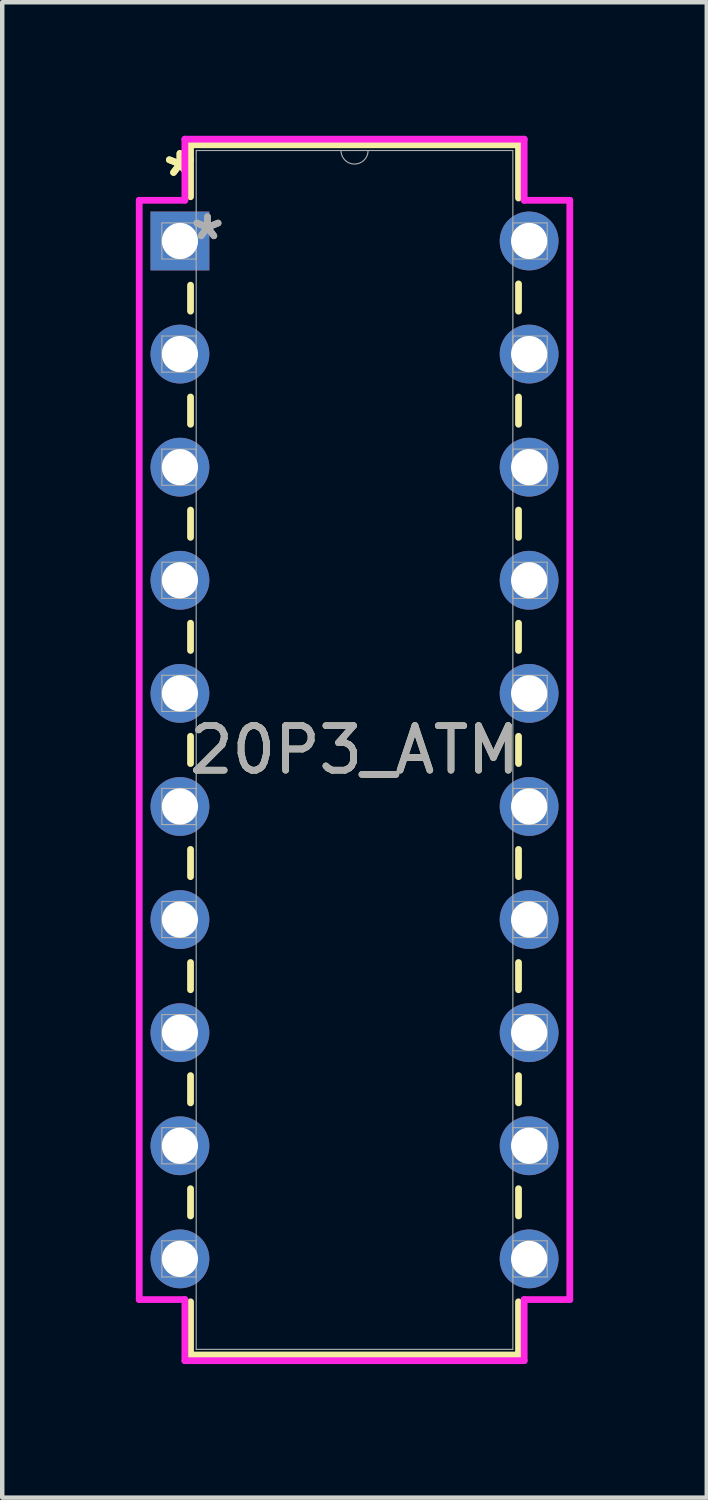
<source format=kicad_pcb>
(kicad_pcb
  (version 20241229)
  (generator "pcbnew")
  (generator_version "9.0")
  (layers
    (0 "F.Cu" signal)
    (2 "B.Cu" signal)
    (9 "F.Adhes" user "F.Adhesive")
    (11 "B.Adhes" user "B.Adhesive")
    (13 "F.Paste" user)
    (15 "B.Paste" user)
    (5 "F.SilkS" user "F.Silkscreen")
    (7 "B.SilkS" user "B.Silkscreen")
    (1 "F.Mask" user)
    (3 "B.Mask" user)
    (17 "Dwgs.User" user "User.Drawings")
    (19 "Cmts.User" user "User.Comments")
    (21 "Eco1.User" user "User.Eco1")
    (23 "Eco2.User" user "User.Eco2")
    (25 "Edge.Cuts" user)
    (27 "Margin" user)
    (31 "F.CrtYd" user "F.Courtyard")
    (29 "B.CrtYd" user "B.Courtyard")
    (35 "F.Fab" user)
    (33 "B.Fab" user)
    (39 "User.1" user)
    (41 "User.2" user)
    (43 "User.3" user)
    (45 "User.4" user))
  (footprint "20P3_ATM"
    (layer "F.Cu")
    (at 0.991 2.362)
    (property "Reference" "20P3_ATM" (at 3.921 11.43 0) (unlocked yes) (layer "F.SilkS") (effects (font (size 1 1) (thickness 0.15))))
    (attr through_hole)
    (fp_line (start 0.238 -2.159) (end 0.238 -0.993) (stroke (width 0.152) (type solid)) (layer "F.SilkS"))
    (fp_line (start 0.238 0.993) (end 0.238 1.576) (stroke (width 0.152) (type solid)) (layer "F.SilkS"))
    (fp_line (start 0.238 3.504) (end 0.238 4.116) (stroke (width 0.152) (type solid)) (layer "F.SilkS"))
    (fp_line (start 0.238 6.044) (end 0.238 6.656) (stroke (width 0.152) (type solid)) (layer "F.SilkS"))
    (fp_line (start 0.238 8.584) (end 0.238 9.196) (stroke (width 0.152) (type solid)) (layer "F.SilkS"))
    (fp_line (start 0.238 11.124) (end 0.238 11.736) (stroke (width 0.152) (type solid)) (layer "F.SilkS"))
    (fp_line (start 0.238 13.664) (end 0.238 14.276) (stroke (width 0.152) (type solid)) (layer "F.SilkS"))
    (fp_line (start 0.238 16.204) (end 0.238 16.816) (stroke (width 0.152) (type solid)) (layer "F.SilkS"))
    (fp_line (start 0.238 18.744) (end 0.238 19.356) (stroke (width 0.152) (type solid)) (layer "F.SilkS"))
    (fp_line (start 0.238 21.284) (end 0.238 21.896) (stroke (width 0.152) (type solid)) (layer "F.SilkS"))
    (fp_line (start 0.238 23.824) (end 0.238 25.019) (stroke (width 0.152) (type solid)) (layer "F.SilkS"))
    (fp_line (start 0.238 25.019) (end 7.604 25.019) (stroke (width 0.152) (type solid)) (layer "F.SilkS"))
    (fp_line (start 7.604 -2.159) (end 0.238 -2.159) (stroke (width 0.152) (type solid)) (layer "F.SilkS"))
    (fp_line (start 7.604 -0.964) (end 7.604 -2.159) (stroke (width 0.152) (type solid)) (layer "F.SilkS"))
    (fp_line (start 7.604 1.576) (end 7.604 0.964) (stroke (width 0.152) (type solid)) (layer "F.SilkS"))
    (fp_line (start 7.604 4.116) (end 7.604 3.504) (stroke (width 0.152) (type solid)) (layer "F.SilkS"))
    (fp_line (start 7.604 6.656) (end 7.604 6.044) (stroke (width 0.152) (type solid)) (layer "F.SilkS"))
    (fp_line (start 7.604 9.196) (end 7.604 8.584) (stroke (width 0.152) (type solid)) (layer "F.SilkS"))
    (fp_line (start 7.604 11.736) (end 7.604 11.124) (stroke (width 0.152) (type solid)) (layer "F.SilkS"))
    (fp_line (start 7.604 14.276) (end 7.604 13.664) (stroke (width 0.152) (type solid)) (layer "F.SilkS"))
    (fp_line (start 7.604 16.816) (end 7.604 16.204) (stroke (width 0.152) (type solid)) (layer "F.SilkS"))
    (fp_line (start 7.604 19.356) (end 7.604 18.744) (stroke (width 0.152) (type solid)) (layer "F.SilkS"))
    (fp_line (start 7.604 21.896) (end 7.604 21.284) (stroke (width 0.152) (type solid)) (layer "F.SilkS"))
    (fp_line (start 7.604 25.019) (end 7.604 23.824) (stroke (width 0.152) (type solid)) (layer "F.SilkS"))
    (fp_line (start -0.914 -0.914) (end 0.111 -0.914) (stroke (width 0.152) (type solid)) (layer "F.CrtYd"))
    (fp_line (start -0.914 23.774) (end -0.914 -0.914) (stroke (width 0.152) (type solid)) (layer "F.CrtYd"))
    (fp_line (start 0.111 -2.286) (end 7.731 -2.286) (stroke (width 0.152) (type solid)) (layer "F.CrtYd"))
    (fp_line (start 0.111 -0.914) (end 0.111 -2.286) (stroke (width 0.152) (type solid)) (layer "F.CrtYd"))
    (fp_line (start 0.111 23.774) (end -0.914 23.774) (stroke (width 0.152) (type solid)) (layer "F.CrtYd"))
    (fp_line (start 0.111 25.146) (end 0.111 23.774) (stroke (width 0.152) (type solid)) (layer "F.CrtYd"))
    (fp_line (start 7.731 -2.286) (end 7.731 -0.914) (stroke (width 0.152) (type solid)) (layer "F.CrtYd"))
    (fp_line (start 7.731 23.774) (end 7.731 25.146) (stroke (width 0.152) (type solid)) (layer "F.CrtYd"))
    (fp_line (start 7.731 25.146) (end 0.111 25.146) (stroke (width 0.152) (type solid)) (layer "F.CrtYd"))
    (fp_line (start 8.756 -0.914) (end 7.731 -0.914) (stroke (width 0.152) (type solid)) (layer "F.CrtYd"))
    (fp_line (start 8.756 -0.914) (end 8.756 23.774) (stroke (width 0.152) (type solid)) (layer "F.CrtYd"))
    (fp_line (start 8.756 23.774) (end 7.731 23.774) (stroke (width 0.152) (type solid)) (layer "F.CrtYd"))
    (fp_line (start -0.406 -0.406) (end -0.406 0.406) (stroke (width 0.025) (type solid)) (layer "F.Fab"))
    (fp_line (start -0.406 0.406) (end 0.365 0.406) (stroke (width 0.025) (type solid)) (layer "F.Fab"))
    (fp_line (start -0.406 2.134) (end -0.406 2.946) (stroke (width 0.025) (type solid)) (layer "F.Fab"))
    (fp_line (start -0.406 2.946) (end 0.365 2.946) (stroke (width 0.025) (type solid)) (layer "F.Fab"))
    (fp_line (start -0.406 4.674) (end -0.406 5.486) (stroke (width 0.025) (type solid)) (layer "F.Fab"))
    (fp_line (start -0.406 5.486) (end 0.365 5.486) (stroke (width 0.025) (type solid)) (layer "F.Fab"))
    (fp_line (start -0.406 7.214) (end -0.406 8.026) (stroke (width 0.025) (type solid)) (layer "F.Fab"))
    (fp_line (start -0.406 8.026) (end 0.365 8.026) (stroke (width 0.025) (type solid)) (layer "F.Fab"))
    (fp_line (start -0.406 9.754) (end -0.406 10.566) (stroke (width 0.025) (type solid)) (layer "F.Fab"))
    (fp_line (start -0.406 10.566) (end 0.365 10.566) (stroke (width 0.025) (type solid)) (layer "F.Fab"))
    (fp_line (start -0.406 12.294) (end -0.406 13.106) (stroke (width 0.025) (type solid)) (layer "F.Fab"))
    (fp_line (start -0.406 13.106) (end 0.365 13.106) (stroke (width 0.025) (type solid)) (layer "F.Fab"))
    (fp_line (start -0.406 14.834) (end -0.406 15.646) (stroke (width 0.025) (type solid)) (layer "F.Fab"))
    (fp_line (start -0.406 15.646) (end 0.365 15.646) (stroke (width 0.025) (type solid)) (layer "F.Fab"))
    (fp_line (start -0.406 17.374) (end -0.406 18.186) (stroke (width 0.025) (type solid)) (layer "F.Fab"))
    (fp_line (start -0.406 18.186) (end 0.365 18.186) (stroke (width 0.025) (type solid)) (layer "F.Fab"))
    (fp_line (start -0.406 19.914) (end -0.406 20.726) (stroke (width 0.025) (type solid)) (layer "F.Fab"))
    (fp_line (start -0.406 20.726) (end 0.365 20.726) (stroke (width 0.025) (type solid)) (layer "F.Fab"))
    (fp_line (start -0.406 22.454) (end -0.406 23.266) (stroke (width 0.025) (type solid)) (layer "F.Fab"))
    (fp_line (start -0.406 23.266) (end 0.365 23.266) (stroke (width 0.025) (type solid)) (layer "F.Fab"))
    (fp_line (start 0.365 -2.032) (end 0.365 24.892) (stroke (width 0.025) (type solid)) (layer "F.Fab"))
    (fp_line (start 0.365 -0.406) (end -0.406 -0.406) (stroke (width 0.025) (type solid)) (layer "F.Fab"))
    (fp_line (start 0.365 0.406) (end 0.365 -0.406) (stroke (width 0.025) (type solid)) (layer "F.Fab"))
    (fp_line (start 0.365 2.134) (end -0.406 2.134) (stroke (width 0.025) (type solid)) (layer "F.Fab"))
    (fp_line (start 0.365 2.946) (end 0.365 2.134) (stroke (width 0.025) (type solid)) (layer "F.Fab"))
    (fp_line (start 0.365 4.674) (end -0.406 4.674) (stroke (width 0.025) (type solid)) (layer "F.Fab"))
    (fp_line (start 0.365 5.486) (end 0.365 4.674) (stroke (width 0.025) (type solid)) (layer "F.Fab"))
    (fp_line (start 0.365 7.214) (end -0.406 7.214) (stroke (width 0.025) (type solid)) (layer "F.Fab"))
    (fp_line (start 0.365 8.026) (end 0.365 7.214) (stroke (width 0.025) (type solid)) (layer "F.Fab"))
    (fp_line (start 0.365 9.754) (end -0.406 9.754) (stroke (width 0.025) (type solid)) (layer "F.Fab"))
    (fp_line (start 0.365 10.566) (end 0.365 9.754) (stroke (width 0.025) (type solid)) (layer "F.Fab"))
    (fp_line (start 0.365 12.294) (end -0.406 12.294) (stroke (width 0.025) (type solid)) (layer "F.Fab"))
    (fp_line (start 0.365 13.106) (end 0.365 12.294) (stroke (width 0.025) (type solid)) (layer "F.Fab"))
    (fp_line (start 0.365 14.834) (end -0.406 14.834) (stroke (width 0.025) (type solid)) (layer "F.Fab"))
    (fp_line (start 0.365 15.646) (end 0.365 14.834) (stroke (width 0.025) (type solid)) (layer "F.Fab"))
    (fp_line (start 0.365 17.374) (end -0.406 17.374) (stroke (width 0.025) (type solid)) (layer "F.Fab"))
    (fp_line (start 0.365 18.186) (end 0.365 17.374) (stroke (width 0.025) (type solid)) (layer "F.Fab"))
    (fp_line (start 0.365 19.914) (end -0.406 19.914) (stroke (width 0.025) (type solid)) (layer "F.Fab"))
    (fp_line (start 0.365 20.726) (end 0.365 19.914) (stroke (width 0.025) (type solid)) (layer "F.Fab"))
    (fp_line (start 0.365 22.454) (end -0.406 22.454) (stroke (width 0.025) (type solid)) (layer "F.Fab"))
    (fp_line (start 0.365 23.266) (end 0.365 22.454) (stroke (width 0.025) (type solid)) (layer "F.Fab"))
    (fp_line (start 0.365 24.892) (end 7.477 24.892) (stroke (width 0.025) (type solid)) (layer "F.Fab"))
    (fp_line (start 7.477 -2.032) (end 0.365 -2.032) (stroke (width 0.025) (type solid)) (layer "F.Fab"))
    (fp_line (start 7.477 -0.406) (end 7.477 0.406) (stroke (width 0.025) (type solid)) (layer "F.Fab"))
    (fp_line (start 7.477 0.406) (end 8.248 0.406) (stroke (width 0.025) (type solid)) (layer "F.Fab"))
    (fp_line (start 7.477 2.134) (end 7.477 2.946) (stroke (width 0.025) (type solid)) (layer "F.Fab"))
    (fp_line (start 7.477 2.946) (end 8.248 2.946) (stroke (width 0.025) (type solid)) (layer "F.Fab"))
    (fp_line (start 7.477 4.674) (end 7.477 5.486) (stroke (width 0.025) (type solid)) (layer "F.Fab"))
    (fp_line (start 7.477 5.486) (end 8.248 5.486) (stroke (width 0.025) (type solid)) (layer "F.Fab"))
    (fp_line (start 7.477 7.214) (end 7.477 8.026) (stroke (width 0.025) (type solid)) (layer "F.Fab"))
    (fp_line (start 7.477 8.026) (end 8.248 8.026) (stroke (width 0.025) (type solid)) (layer "F.Fab"))
    (fp_line (start 7.477 9.754) (end 7.477 10.566) (stroke (width 0.025) (type solid)) (layer "F.Fab"))
    (fp_line (start 7.477 10.566) (end 8.248 10.566) (stroke (width 0.025) (type solid)) (layer "F.Fab"))
    (fp_line (start 7.477 12.294) (end 7.477 13.106) (stroke (width 0.025) (type solid)) (layer "F.Fab"))
    (fp_line (start 7.477 13.106) (end 8.248 13.106) (stroke (width 0.025) (type solid)) (layer "F.Fab"))
    (fp_line (start 7.477 14.834) (end 7.477 15.646) (stroke (width 0.025) (type solid)) (layer "F.Fab"))
    (fp_line (start 7.477 15.646) (end 8.248 15.646) (stroke (width 0.025) (type solid)) (layer "F.Fab"))
    (fp_line (start 7.477 17.374) (end 7.477 18.186) (stroke (width 0.025) (type solid)) (layer "F.Fab"))
    (fp_line (start 7.477 18.186) (end 8.248 18.186) (stroke (width 0.025) (type solid)) (layer "F.Fab"))
    (fp_line (start 7.477 19.914) (end 7.477 20.726) (stroke (width 0.025) (type solid)) (layer "F.Fab"))
    (fp_line (start 7.477 20.726) (end 8.248 20.726) (stroke (width 0.025) (type solid)) (layer "F.Fab"))
    (fp_line (start 7.477 22.454) (end 7.477 23.266) (stroke (width 0.025) (type solid)) (layer "F.Fab"))
    (fp_line (start 7.477 23.266) (end 8.248 23.266) (stroke (width 0.025) (type solid)) (layer "F.Fab"))
    (fp_line (start 7.477 24.892) (end 7.477 -2.032) (stroke (width 0.025) (type solid)) (layer "F.Fab"))
    (fp_line (start 8.248 -0.406) (end 7.477 -0.406) (stroke (width 0.025) (type solid)) (layer "F.Fab"))
    (fp_line (start 8.248 0.406) (end 8.248 -0.406) (stroke (width 0.025) (type solid)) (layer "F.Fab"))
    (fp_line (start 8.248 2.134) (end 7.477 2.134) (stroke (width 0.025) (type solid)) (layer "F.Fab"))
    (fp_line (start 8.248 2.946) (end 8.248 2.134) (stroke (width 0.025) (type solid)) (layer "F.Fab"))
    (fp_line (start 8.248 4.674) (end 7.477 4.674) (stroke (width 0.025) (type solid)) (layer "F.Fab"))
    (fp_line (start 8.248 5.486) (end 8.248 4.674) (stroke (width 0.025) (type solid)) (layer "F.Fab"))
    (fp_line (start 8.248 7.214) (end 7.477 7.214) (stroke (width 0.025) (type solid)) (layer "F.Fab"))
    (fp_line (start 8.248 8.026) (end 8.248 7.214) (stroke (width 0.025) (type solid)) (layer "F.Fab"))
    (fp_line (start 8.248 9.754) (end 7.477 9.754) (stroke (width 0.025) (type solid)) (layer "F.Fab"))
    (fp_line (start 8.248 10.566) (end 8.248 9.754) (stroke (width 0.025) (type solid)) (layer "F.Fab"))
    (fp_line (start 8.248 12.294) (end 7.477 12.294) (stroke (width 0.025) (type solid)) (layer "F.Fab"))
    (fp_line (start 8.248 13.106) (end 8.248 12.294) (stroke (width 0.025) (type solid)) (layer "F.Fab"))
    (fp_line (start 8.248 14.834) (end 7.477 14.834) (stroke (width 0.025) (type solid)) (layer "F.Fab"))
    (fp_line (start 8.248 15.646) (end 8.248 14.834) (stroke (width 0.025) (type solid)) (layer "F.Fab"))
    (fp_line (start 8.248 17.374) (end 7.477 17.374) (stroke (width 0.025) (type solid)) (layer "F.Fab"))
    (fp_line (start 8.248 18.186) (end 8.248 17.374) (stroke (width 0.025) (type solid)) (layer "F.Fab"))
    (fp_line (start 8.248 19.914) (end 7.477 19.914) (stroke (width 0.025) (type solid)) (layer "F.Fab"))
    (fp_line (start 8.248 20.726) (end 8.248 19.914) (stroke (width 0.025) (type solid)) (layer "F.Fab"))
    (fp_line (start 8.248 22.454) (end 7.477 22.454) (stroke (width 0.025) (type solid)) (layer "F.Fab"))
    (fp_line (start 8.248 23.266) (end 8.248 22.454) (stroke (width 0.025) (type solid)) (layer "F.Fab"))
    (fp_arc (start 4.225801 -2.032) (mid 3.921001 -1.7272) (end 3.616201 -2.032) (stroke (width 0.0254) (type solid)) (layer "F.Fab"))
    (fp_text user "*" (at 0 -1.422 0) (unlocked yes) (layer "F.SilkS") (effects (font (size 1 1) (thickness 0.15))))
    (fp_text user "*" (at 0 -1.422 0) (layer "F.SilkS") (effects (font (size 1 1) (thickness 0.15))))
    (fp_text user "${REFERENCE}" (at 3.921 11.43 0) (unlocked yes) (layer "F.Fab") (effects (font (size 1 1) (thickness 0.15))))
    (fp_text user "*" (at 0.619 0 0) (unlocked yes) (layer "F.Fab") (effects (font (size 1 1) (thickness 0.15))))
    (fp_text user "*" (at 0.619 0 0) (layer "F.Fab") (effects (font (size 1 1) (thickness 0.15))))
    (pad "1" thru_hole rect (at 0 0) (size 1.321 1.321) (drill 0.813) (layers "*.Cu" "*.Mask"))
    (pad "2" thru_hole circle (at 0 2.54) (size 1.321 1.321) (drill 0.813) (layers "*.Cu" "*.Mask"))
    (pad "3" thru_hole circle (at 0 5.08) (size 1.321 1.321) (drill 0.813) (layers "*.Cu" "*.Mask"))
    (pad "4" thru_hole circle (at 0 7.62) (size 1.321 1.321) (drill 0.813) (layers "*.Cu" "*.Mask"))
    (pad "5" thru_hole circle (at 0 10.16) (size 1.321 1.321) (drill 0.813) (layers "*.Cu" "*.Mask"))
    (pad "6" thru_hole circle (at 0 12.7) (size 1.321 1.321) (drill 0.813) (layers "*.Cu" "*.Mask"))
    (pad "7" thru_hole circle (at 0 15.24) (size 1.321 1.321) (drill 0.813) (layers "*.Cu" "*.Mask"))
    (pad "8" thru_hole circle (at 0 17.78) (size 1.321 1.321) (drill 0.813) (layers "*.Cu" "*.Mask"))
    (pad "9" thru_hole circle (at 0 20.32) (size 1.321 1.321) (drill 0.813) (layers "*.Cu" "*.Mask"))
    (pad "10" thru_hole circle (at 0 22.86) (size 1.321 1.321) (drill 0.813) (layers "*.Cu" "*.Mask"))
    (pad "11" thru_hole circle (at 7.842 22.86) (size 1.321 1.321) (drill 0.813) (layers "*.Cu" "*.Mask"))
    (pad "12" thru_hole circle (at 7.842 20.32) (size 1.321 1.321) (drill 0.813) (layers "*.Cu" "*.Mask"))
    (pad "13" thru_hole circle (at 7.842 17.78) (size 1.321 1.321) (drill 0.813) (layers "*.Cu" "*.Mask"))
    (pad "14" thru_hole circle (at 7.842 15.24) (size 1.321 1.321) (drill 0.813) (layers "*.Cu" "*.Mask"))
    (pad "15" thru_hole circle (at 7.842 12.7) (size 1.321 1.321) (drill 0.813) (layers "*.Cu" "*.Mask"))
    (pad "16" thru_hole circle (at 7.842 10.16) (size 1.321 1.321) (drill 0.813) (layers "*.Cu" "*.Mask"))
    (pad "17" thru_hole circle (at 7.842 7.62) (size 1.321 1.321) (drill 0.813) (layers "*.Cu" "*.Mask"))
    (pad "18" thru_hole circle (at 7.842 5.08) (size 1.321 1.321) (drill 0.813) (layers "*.Cu" "*.Mask"))
    (pad "19" thru_hole circle (at 7.842 2.54) (size 1.321 1.321) (drill 0.813) (layers "*.Cu" "*.Mask"))
    (pad "20" thru_hole circle (at 7.842 0) (size 1.321 1.321) (drill 0.813) (layers "*.Cu" "*.Mask")))
  (gr_rect
    (start -3 -3)
    (end 12.823 30.584)
    (stroke (width 0.1) (type default))
    (fill no)
    (layer "Edge.Cuts")))
</source>
